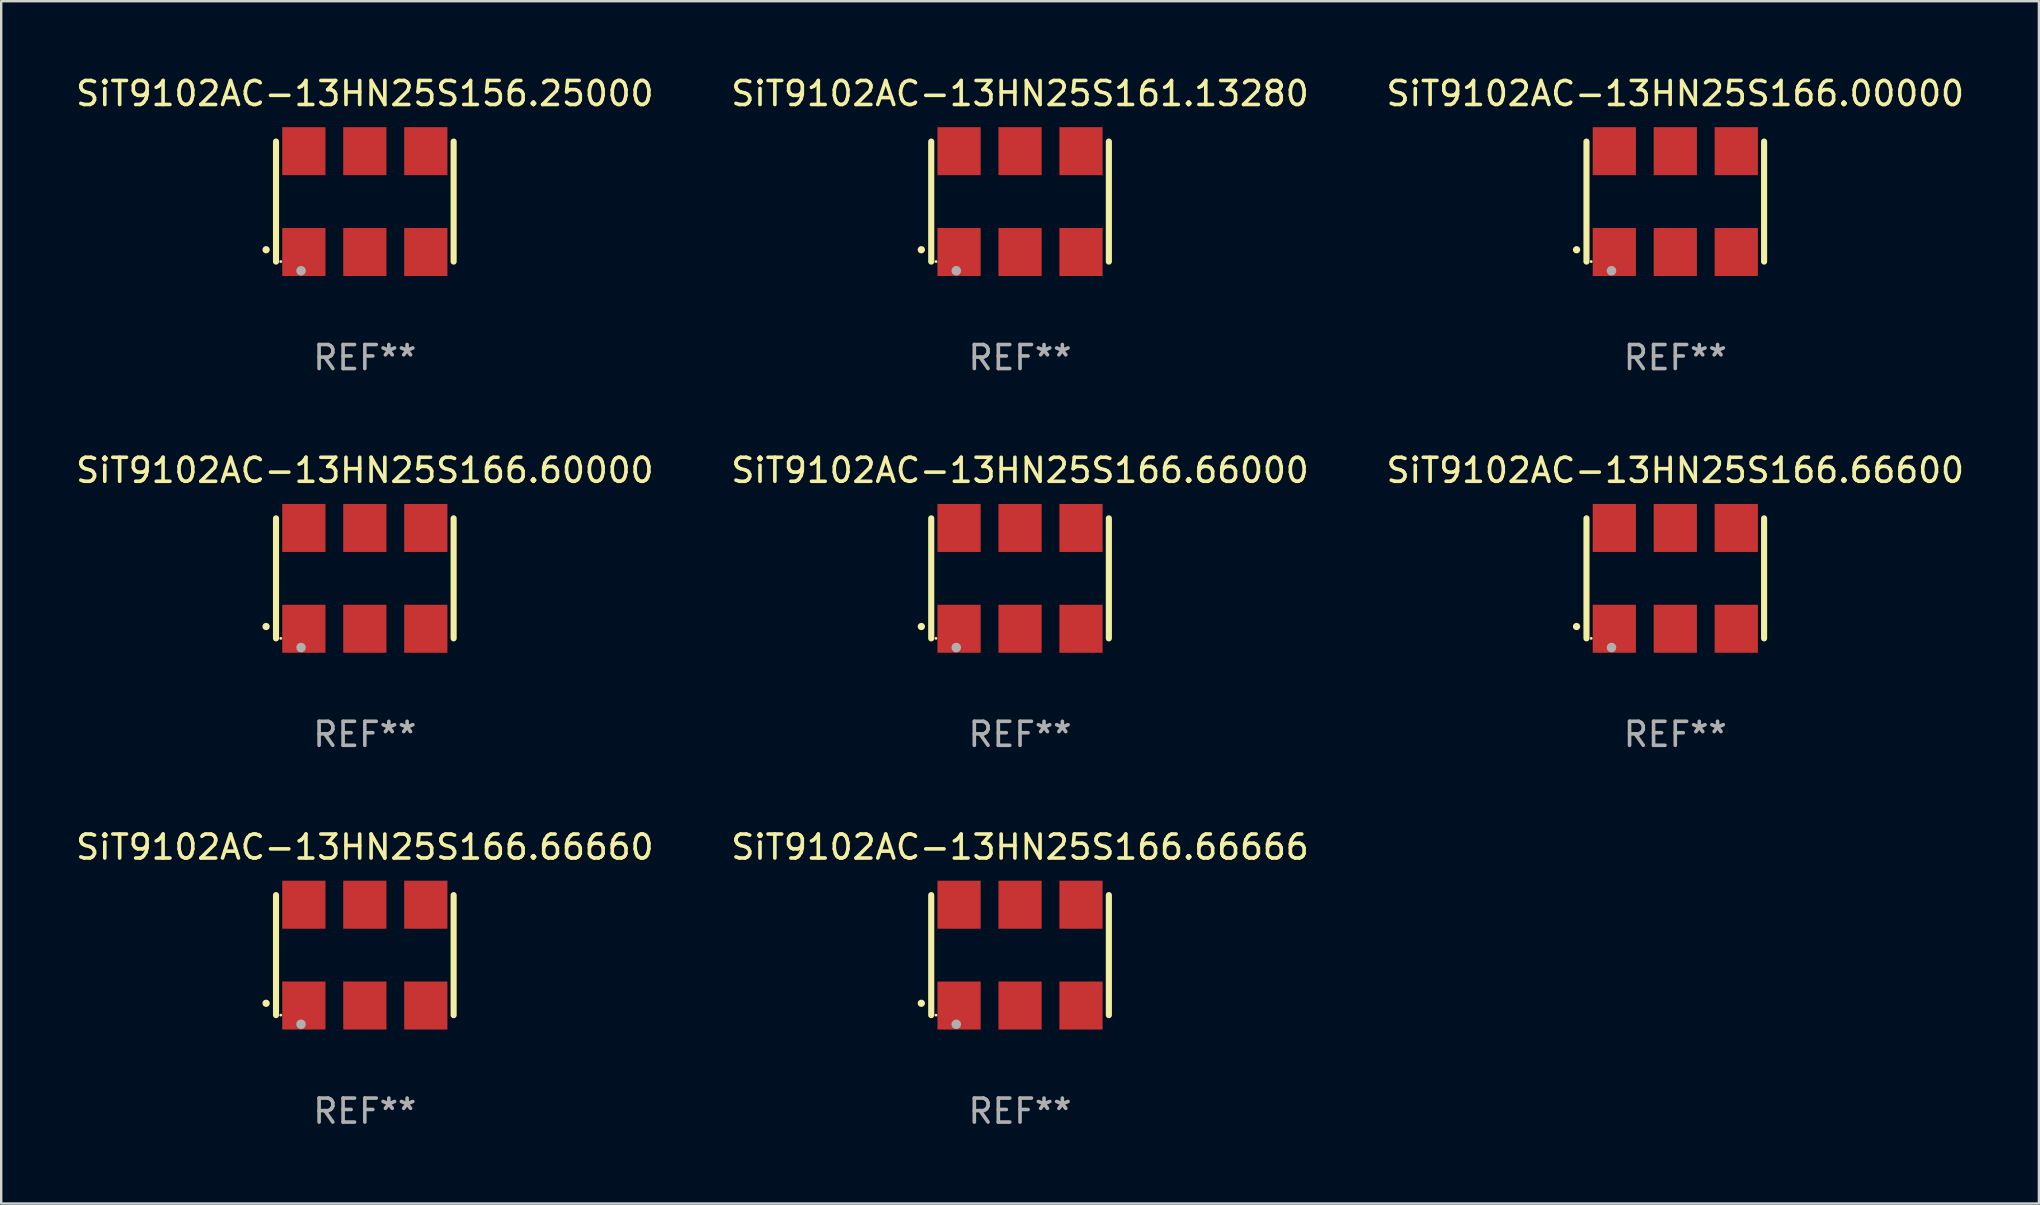
<source format=kicad_pcb>
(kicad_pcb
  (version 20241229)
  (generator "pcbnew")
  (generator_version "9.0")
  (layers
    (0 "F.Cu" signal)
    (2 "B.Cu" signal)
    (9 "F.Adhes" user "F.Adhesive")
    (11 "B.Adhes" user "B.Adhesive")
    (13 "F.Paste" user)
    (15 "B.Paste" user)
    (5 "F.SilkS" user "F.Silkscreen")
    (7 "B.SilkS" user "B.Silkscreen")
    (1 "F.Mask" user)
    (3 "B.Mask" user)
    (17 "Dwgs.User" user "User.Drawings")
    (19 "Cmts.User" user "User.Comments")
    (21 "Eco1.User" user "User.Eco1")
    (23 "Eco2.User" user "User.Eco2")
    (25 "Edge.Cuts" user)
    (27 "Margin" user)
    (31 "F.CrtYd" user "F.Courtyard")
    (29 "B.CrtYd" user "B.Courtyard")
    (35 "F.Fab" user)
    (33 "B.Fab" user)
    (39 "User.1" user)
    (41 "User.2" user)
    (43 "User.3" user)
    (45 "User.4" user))
  (footprint "SiT9102AC-13HN25S156.25000"
    (layer "F.Cu")
    (at 12.149 5.348)
    (property "Reference" "SiT9102AC-13HN25S156.25000" (at 0 -4.5 0) (layer "F.SilkS") (effects (font (size 1 1) (thickness 0.15))))
    (attr through_hole)
    (fp_line (start -3.7 -2.5) (end -3.7 2.5) (stroke (width 0.254) (type solid)) (layer "F.SilkS"))
    (fp_line (start 3.7 -2.5) (end 3.7 2.5) (stroke (width 0.254) (type solid)) (layer "F.SilkS"))
    (fp_arc (start -4.114415 2.006604) (mid -4.113145 2.006599) (end -4.111875 2.006604) (stroke (width 0.3) (type solid)) (layer "F.SilkS"))
    (fp_circle (center -3.502 2.5) (end -3.472 2.5) (stroke (width 0.06) (type solid)) (fill no) (layer "F.SilkS"))
    (fp_circle (center -2.657 2.882) (end -2.557 2.882) (stroke (width 0.2) (type solid)) (fill no) (layer "F.Fab"))
    (fp_text user "REF**" (at 0 6.5 0) (layer "F.Fab") (effects (font (size 1 1) (thickness 0.15))))
    (pad "1" smd rect (at -2.54 2.1) (size 1.8 2) (layers "F.Cu" "F.Mask" "F.Paste"))
    (pad "2" smd rect (at 0.000394 2.1) (size 1.8 2) (layers "F.Cu" "F.Mask" "F.Paste"))
    (pad "3" smd rect (at 2.54 2.1) (size 1.8 2) (layers "F.Cu" "F.Mask" "F.Paste"))
    (pad "4" smd rect (at 2.54 -2.1) (size 1.8 2) (layers "F.Cu" "F.Mask" "F.Paste"))
    (pad "5" smd rect (at 0.000394 -2.1) (size 1.8 2) (layers "F.Cu" "F.Mask" "F.Paste"))
    (pad "6" smd rect (at -2.54 -2.1) (size 1.8 2) (layers "F.Cu" "F.Mask" "F.Paste")))
  (footprint "SiT9102AC-13HN25S166.00000"
    (layer "F.Cu")
    (at 66.744 5.348)
    (property "Reference" "SiT9102AC-13HN25S166.00000" (at 0 -4.5 0) (layer "F.SilkS") (effects (font (size 1 1) (thickness 0.15))))
    (attr through_hole)
    (fp_line (start -3.7 -2.5) (end -3.7 2.5) (stroke (width 0.254) (type solid)) (layer "F.SilkS"))
    (fp_line (start 3.7 -2.5) (end 3.7 2.5) (stroke (width 0.254) (type solid)) (layer "F.SilkS"))
    (fp_arc (start -4.114415 2.006604) (mid -4.113145 2.006599) (end -4.111875 2.006604) (stroke (width 0.3) (type solid)) (layer "F.SilkS"))
    (fp_circle (center -3.502 2.5) (end -3.472 2.5) (stroke (width 0.06) (type solid)) (fill no) (layer "F.SilkS"))
    (fp_circle (center -2.657 2.882) (end -2.557 2.882) (stroke (width 0.2) (type solid)) (fill no) (layer "F.Fab"))
    (fp_text user "REF**" (at 0 6.5 0) (layer "F.Fab") (effects (font (size 1 1) (thickness 0.15))))
    (pad "1" smd rect (at -2.54 2.1) (size 1.8 2) (layers "F.Cu" "F.Mask" "F.Paste"))
    (pad "2" smd rect (at 0.000394 2.1) (size 1.8 2) (layers "F.Cu" "F.Mask" "F.Paste"))
    (pad "3" smd rect (at 2.54 2.1) (size 1.8 2) (layers "F.Cu" "F.Mask" "F.Paste"))
    (pad "4" smd rect (at 2.54 -2.1) (size 1.8 2) (layers "F.Cu" "F.Mask" "F.Paste"))
    (pad "5" smd rect (at 0.000394 -2.1) (size 1.8 2) (layers "F.Cu" "F.Mask" "F.Paste"))
    (pad "6" smd rect (at -2.54 -2.1) (size 1.8 2) (layers "F.Cu" "F.Mask" "F.Paste")))
  (footprint "SiT9102AC-13HN25S166.66000"
    (layer "F.Cu")
    (at 39.446 21.045)
    (property "Reference" "SiT9102AC-13HN25S166.66000" (at 0 -4.5 0) (layer "F.SilkS") (effects (font (size 1 1) (thickness 0.15))))
    (attr through_hole)
    (fp_line (start -3.7 -2.5) (end -3.7 2.5) (stroke (width 0.254) (type solid)) (layer "F.SilkS"))
    (fp_line (start 3.7 -2.5) (end 3.7 2.5) (stroke (width 0.254) (type solid)) (layer "F.SilkS"))
    (fp_arc (start -4.114415 2.006604) (mid -4.113145 2.006599) (end -4.111875 2.006604) (stroke (width 0.3) (type solid)) (layer "F.SilkS"))
    (fp_circle (center -3.502 2.5) (end -3.472 2.5) (stroke (width 0.06) (type solid)) (fill no) (layer "F.SilkS"))
    (fp_circle (center -2.657 2.882) (end -2.557 2.882) (stroke (width 0.2) (type solid)) (fill no) (layer "F.Fab"))
    (fp_text user "REF**" (at 0 6.5 0) (layer "F.Fab") (effects (font (size 1 1) (thickness 0.15))))
    (pad "1" smd rect (at -2.54 2.1) (size 1.8 2) (layers "F.Cu" "F.Mask" "F.Paste"))
    (pad "2" smd rect (at 0.000394 2.1) (size 1.8 2) (layers "F.Cu" "F.Mask" "F.Paste"))
    (pad "3" smd rect (at 2.54 2.1) (size 1.8 2) (layers "F.Cu" "F.Mask" "F.Paste"))
    (pad "4" smd rect (at 2.54 -2.1) (size 1.8 2) (layers "F.Cu" "F.Mask" "F.Paste"))
    (pad "5" smd rect (at 0.000394 -2.1) (size 1.8 2) (layers "F.Cu" "F.Mask" "F.Paste"))
    (pad "6" smd rect (at -2.54 -2.1) (size 1.8 2) (layers "F.Cu" "F.Mask" "F.Paste")))
  (footprint "SiT9102AC-13HN25S166.60000"
    (layer "F.Cu")
    (at 12.149 21.045)
    (property "Reference" "SiT9102AC-13HN25S166.60000" (at 0 -4.5 0) (layer "F.SilkS") (effects (font (size 1 1) (thickness 0.15))))
    (attr through_hole)
    (fp_line (start -3.7 -2.5) (end -3.7 2.5) (stroke (width 0.254) (type solid)) (layer "F.SilkS"))
    (fp_line (start 3.7 -2.5) (end 3.7 2.5) (stroke (width 0.254) (type solid)) (layer "F.SilkS"))
    (fp_arc (start -4.114415 2.006604) (mid -4.113145 2.006599) (end -4.111875 2.006604) (stroke (width 0.3) (type solid)) (layer "F.SilkS"))
    (fp_circle (center -3.502 2.5) (end -3.472 2.5) (stroke (width 0.06) (type solid)) (fill no) (layer "F.SilkS"))
    (fp_circle (center -2.657 2.882) (end -2.557 2.882) (stroke (width 0.2) (type solid)) (fill no) (layer "F.Fab"))
    (fp_text user "REF**" (at 0 6.5 0) (layer "F.Fab") (effects (font (size 1 1) (thickness 0.15))))
    (pad "1" smd rect (at -2.54 2.1) (size 1.8 2) (layers "F.Cu" "F.Mask" "F.Paste"))
    (pad "2" smd rect (at 0.000394 2.1) (size 1.8 2) (layers "F.Cu" "F.Mask" "F.Paste"))
    (pad "3" smd rect (at 2.54 2.1) (size 1.8 2) (layers "F.Cu" "F.Mask" "F.Paste"))
    (pad "4" smd rect (at 2.54 -2.1) (size 1.8 2) (layers "F.Cu" "F.Mask" "F.Paste"))
    (pad "5" smd rect (at 0.000394 -2.1) (size 1.8 2) (layers "F.Cu" "F.Mask" "F.Paste"))
    (pad "6" smd rect (at -2.54 -2.1) (size 1.8 2) (layers "F.Cu" "F.Mask" "F.Paste")))
  (footprint "SiT9102AC-13HN25S161.13280"
    (layer "F.Cu")
    (at 39.446 5.348)
    (property "Reference" "SiT9102AC-13HN25S161.13280" (at 0 -4.5 0) (layer "F.SilkS") (effects (font (size 1 1) (thickness 0.15))))
    (attr through_hole)
    (fp_line (start -3.7 -2.5) (end -3.7 2.5) (stroke (width 0.254) (type solid)) (layer "F.SilkS"))
    (fp_line (start 3.7 -2.5) (end 3.7 2.5) (stroke (width 0.254) (type solid)) (layer "F.SilkS"))
    (fp_arc (start -4.114415 2.006604) (mid -4.113145 2.006599) (end -4.111875 2.006604) (stroke (width 0.3) (type solid)) (layer "F.SilkS"))
    (fp_circle (center -3.502 2.5) (end -3.472 2.5) (stroke (width 0.06) (type solid)) (fill no) (layer "F.SilkS"))
    (fp_circle (center -2.657 2.882) (end -2.557 2.882) (stroke (width 0.2) (type solid)) (fill no) (layer "F.Fab"))
    (fp_text user "REF**" (at 0 6.5 0) (layer "F.Fab") (effects (font (size 1 1) (thickness 0.15))))
    (pad "1" smd rect (at -2.54 2.1) (size 1.8 2) (layers "F.Cu" "F.Mask" "F.Paste"))
    (pad "2" smd rect (at 0.000394 2.1) (size 1.8 2) (layers "F.Cu" "F.Mask" "F.Paste"))
    (pad "3" smd rect (at 2.54 2.1) (size 1.8 2) (layers "F.Cu" "F.Mask" "F.Paste"))
    (pad "4" smd rect (at 2.54 -2.1) (size 1.8 2) (layers "F.Cu" "F.Mask" "F.Paste"))
    (pad "5" smd rect (at 0.000394 -2.1) (size 1.8 2) (layers "F.Cu" "F.Mask" "F.Paste"))
    (pad "6" smd rect (at -2.54 -2.1) (size 1.8 2) (layers "F.Cu" "F.Mask" "F.Paste")))
  (footprint "SiT9102AC-13HN25S166.66660"
    (layer "F.Cu")
    (at 12.149 36.741)
    (property "Reference" "SiT9102AC-13HN25S166.66660" (at 0 -4.5 0) (layer "F.SilkS") (effects (font (size 1 1) (thickness 0.15))))
    (attr through_hole)
    (fp_line (start -3.7 -2.5) (end -3.7 2.5) (stroke (width 0.254) (type solid)) (layer "F.SilkS"))
    (fp_line (start 3.7 -2.5) (end 3.7 2.5) (stroke (width 0.254) (type solid)) (layer "F.SilkS"))
    (fp_arc (start -4.114415 2.006604) (mid -4.113145 2.006599) (end -4.111875 2.006604) (stroke (width 0.3) (type solid)) (layer "F.SilkS"))
    (fp_circle (center -3.502 2.5) (end -3.472 2.5) (stroke (width 0.06) (type solid)) (fill no) (layer "F.SilkS"))
    (fp_circle (center -2.657 2.882) (end -2.557 2.882) (stroke (width 0.2) (type solid)) (fill no) (layer "F.Fab"))
    (fp_text user "REF**" (at 0 6.5 0) (layer "F.Fab") (effects (font (size 1 1) (thickness 0.15))))
    (pad "1" smd rect (at -2.54 2.1) (size 1.8 2) (layers "F.Cu" "F.Mask" "F.Paste"))
    (pad "2" smd rect (at 0.000394 2.1) (size 1.8 2) (layers "F.Cu" "F.Mask" "F.Paste"))
    (pad "3" smd rect (at 2.54 2.1) (size 1.8 2) (layers "F.Cu" "F.Mask" "F.Paste"))
    (pad "4" smd rect (at 2.54 -2.1) (size 1.8 2) (layers "F.Cu" "F.Mask" "F.Paste"))
    (pad "5" smd rect (at 0.000394 -2.1) (size 1.8 2) (layers "F.Cu" "F.Mask" "F.Paste"))
    (pad "6" smd rect (at -2.54 -2.1) (size 1.8 2) (layers "F.Cu" "F.Mask" "F.Paste")))
  (footprint "SiT9102AC-13HN25S166.66666"
    (layer "F.Cu")
    (at 39.446 36.741)
    (property "Reference" "SiT9102AC-13HN25S166.66666" (at 0 -4.5 0) (layer "F.SilkS") (effects (font (size 1 1) (thickness 0.15))))
    (attr through_hole)
    (fp_line (start -3.7 -2.5) (end -3.7 2.5) (stroke (width 0.254) (type solid)) (layer "F.SilkS"))
    (fp_line (start 3.7 -2.5) (end 3.7 2.5) (stroke (width 0.254) (type solid)) (layer "F.SilkS"))
    (fp_arc (start -4.114415 2.006604) (mid -4.113145 2.006599) (end -4.111875 2.006604) (stroke (width 0.3) (type solid)) (layer "F.SilkS"))
    (fp_circle (center -3.502 2.5) (end -3.472 2.5) (stroke (width 0.06) (type solid)) (fill no) (layer "F.SilkS"))
    (fp_circle (center -2.657 2.882) (end -2.557 2.882) (stroke (width 0.2) (type solid)) (fill no) (layer "F.Fab"))
    (fp_text user "REF**" (at 0 6.5 0) (layer "F.Fab") (effects (font (size 1 1) (thickness 0.15))))
    (pad "1" smd rect (at -2.54 2.1) (size 1.8 2) (layers "F.Cu" "F.Mask" "F.Paste"))
    (pad "2" smd rect (at 0.000394 2.1) (size 1.8 2) (layers "F.Cu" "F.Mask" "F.Paste"))
    (pad "3" smd rect (at 2.54 2.1) (size 1.8 2) (layers "F.Cu" "F.Mask" "F.Paste"))
    (pad "4" smd rect (at 2.54 -2.1) (size 1.8 2) (layers "F.Cu" "F.Mask" "F.Paste"))
    (pad "5" smd rect (at 0.000394 -2.1) (size 1.8 2) (layers "F.Cu" "F.Mask" "F.Paste"))
    (pad "6" smd rect (at -2.54 -2.1) (size 1.8 2) (layers "F.Cu" "F.Mask" "F.Paste")))
  (footprint "SiT9102AC-13HN25S166.66600"
    (layer "F.Cu")
    (at 66.744 21.045)
    (property "Reference" "SiT9102AC-13HN25S166.66600" (at 0 -4.5 0) (layer "F.SilkS") (effects (font (size 1 1) (thickness 0.15))))
    (attr through_hole)
    (fp_line (start -3.7 -2.5) (end -3.7 2.5) (stroke (width 0.254) (type solid)) (layer "F.SilkS"))
    (fp_line (start 3.7 -2.5) (end 3.7 2.5) (stroke (width 0.254) (type solid)) (layer "F.SilkS"))
    (fp_arc (start -4.114415 2.006604) (mid -4.113145 2.006599) (end -4.111875 2.006604) (stroke (width 0.3) (type solid)) (layer "F.SilkS"))
    (fp_circle (center -3.502 2.5) (end -3.472 2.5) (stroke (width 0.06) (type solid)) (fill no) (layer "F.SilkS"))
    (fp_circle (center -2.657 2.882) (end -2.557 2.882) (stroke (width 0.2) (type solid)) (fill no) (layer "F.Fab"))
    (fp_text user "REF**" (at 0 6.5 0) (layer "F.Fab") (effects (font (size 1 1) (thickness 0.15))))
    (pad "1" smd rect (at -2.54 2.1) (size 1.8 2) (layers "F.Cu" "F.Mask" "F.Paste"))
    (pad "2" smd rect (at 0.000394 2.1) (size 1.8 2) (layers "F.Cu" "F.Mask" "F.Paste"))
    (pad "3" smd rect (at 2.54 2.1) (size 1.8 2) (layers "F.Cu" "F.Mask" "F.Paste"))
    (pad "4" smd rect (at 2.54 -2.1) (size 1.8 2) (layers "F.Cu" "F.Mask" "F.Paste"))
    (pad "5" smd rect (at 0.000394 -2.1) (size 1.8 2) (layers "F.Cu" "F.Mask" "F.Paste"))
    (pad "6" smd rect (at -2.54 -2.1) (size 1.8 2) (layers "F.Cu" "F.Mask" "F.Paste")))
  (gr_rect
    (start -3 -3)
    (end 81.893 47.09)
    (stroke (width 0.1) (type default))
    (fill no)
    (layer "Edge.Cuts")))
</source>
